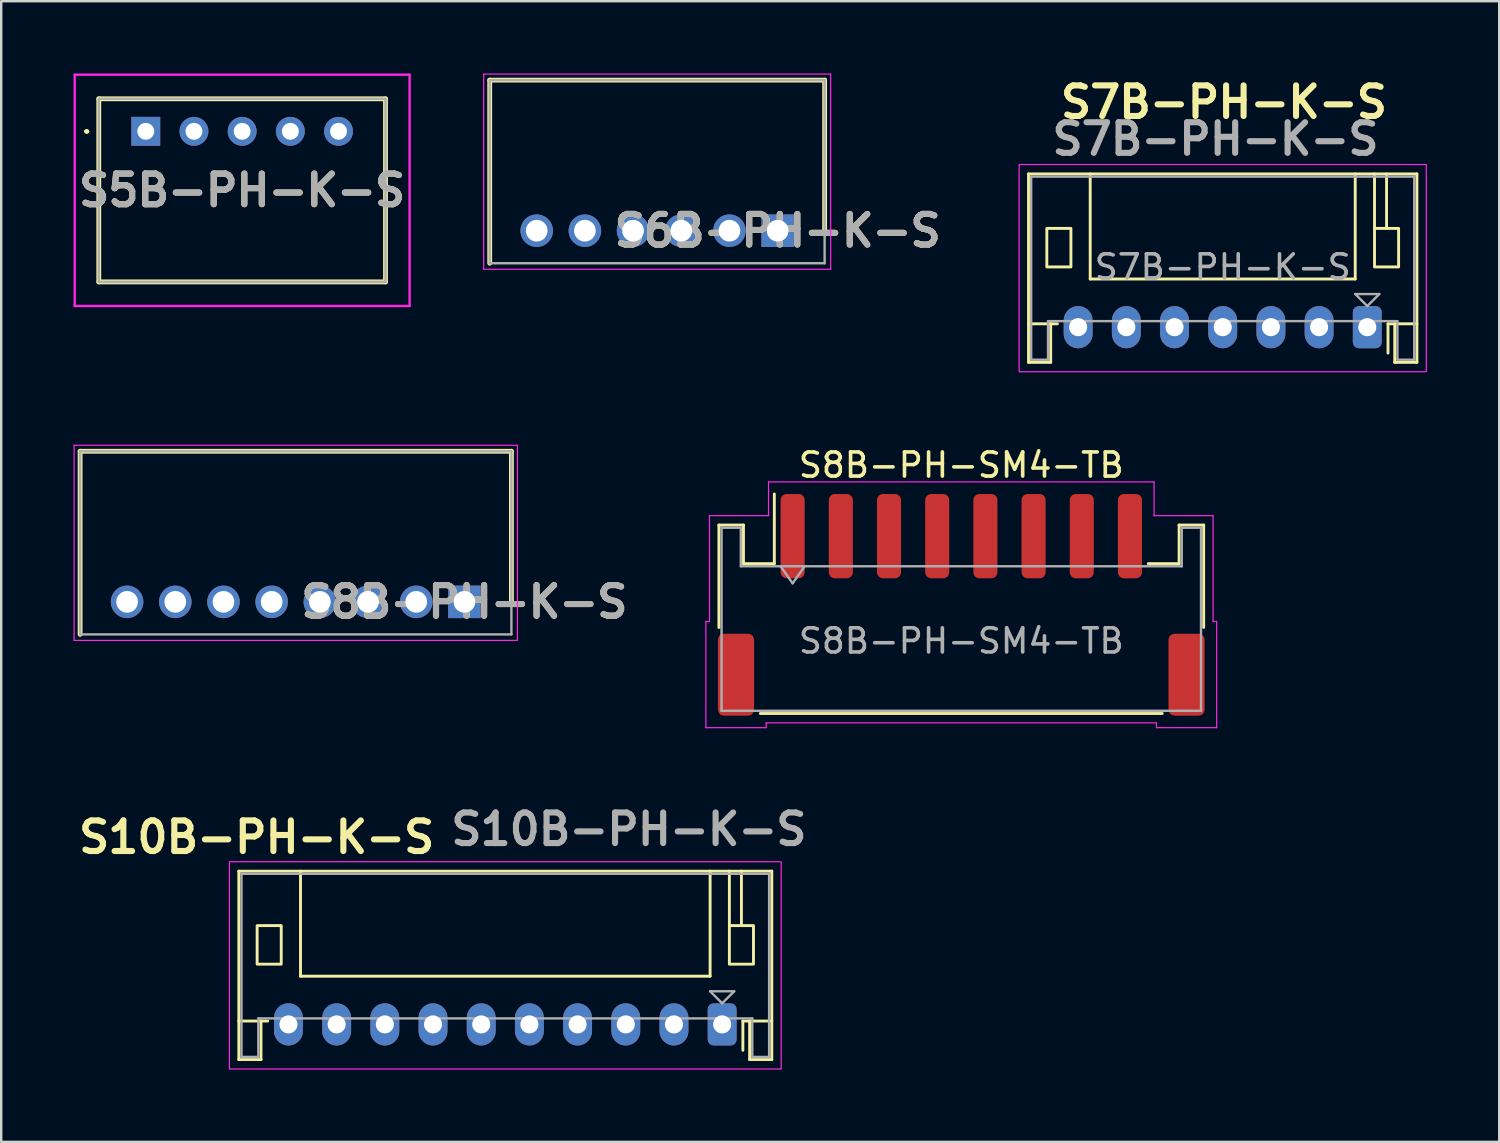
<source format=kicad_pcb>
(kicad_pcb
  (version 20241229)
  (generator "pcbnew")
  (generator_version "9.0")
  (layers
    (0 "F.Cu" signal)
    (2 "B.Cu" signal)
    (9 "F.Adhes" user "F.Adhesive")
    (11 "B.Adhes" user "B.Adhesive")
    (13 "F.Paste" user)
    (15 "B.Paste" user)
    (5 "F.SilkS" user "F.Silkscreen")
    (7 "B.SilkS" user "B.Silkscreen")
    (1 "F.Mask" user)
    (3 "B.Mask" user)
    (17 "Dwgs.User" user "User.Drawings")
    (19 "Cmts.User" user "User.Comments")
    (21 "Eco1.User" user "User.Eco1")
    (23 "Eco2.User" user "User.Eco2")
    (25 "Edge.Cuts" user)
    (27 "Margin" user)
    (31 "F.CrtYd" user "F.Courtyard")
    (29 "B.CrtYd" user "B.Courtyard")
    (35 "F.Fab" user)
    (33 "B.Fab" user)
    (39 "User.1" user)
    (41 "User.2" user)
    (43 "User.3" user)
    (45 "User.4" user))
  (footprint "S8B-PH-K-S"
    (layer "F.Cu")
    (at 16.225 21.929)
    (property "Reference" "S8B-PH-K-S" (at 0 0 0) (layer "F.SilkS") (effects (font (size 1.27 1.27) (thickness 0.254))))
    (attr through_hole)
    (fp_line (start -15.95 -6.25) (end -15.95 1.35) (stroke (width 0.2) (type solid)) (layer "F.SilkS"))
    (fp_line (start 1.95 -6.25) (end -15.95 -6.25) (stroke (width 0.2) (type solid)) (layer "F.SilkS"))
    (fp_line (start 1.95 0) (end 1.95 -6.25) (stroke (width 0.2) (type solid)) (layer "F.SilkS"))
    (fp_line (start -16.2 -6.5) (end 2.2 -6.5) (stroke (width 0.05) (type solid)) (layer "F.CrtYd"))
    (fp_line (start -16.2 1.6) (end -16.2 -6.5) (stroke (width 0.05) (type solid)) (layer "F.CrtYd"))
    (fp_line (start 2.2 -6.5) (end 2.2 1.6) (stroke (width 0.05) (type solid)) (layer "F.CrtYd"))
    (fp_line (start 2.2 1.6) (end -16.2 1.6) (stroke (width 0.05) (type solid)) (layer "F.CrtYd"))
    (fp_line (start -15.95 -6.25) (end 1.95 -6.25) (stroke (width 0.1) (type solid)) (layer "F.Fab"))
    (fp_line (start -15.95 1.35) (end -15.95 -6.25) (stroke (width 0.1) (type solid)) (layer "F.Fab"))
    (fp_line (start 1.95 -6.25) (end 1.95 1.35) (stroke (width 0.1) (type solid)) (layer "F.Fab"))
    (fp_line (start 1.95 1.35) (end -15.95 1.35) (stroke (width 0.1) (type solid)) (layer "F.Fab"))
    (fp_text user "${REFERENCE}" (at 0 0 0) (layer "F.Fab") (effects (font (size 1.27 1.27) (thickness 0.254))))
    (pad "1" thru_hole rect (at 0 0) (size 1.35 1.35) (drill 0.9) (layers "*.Cu" "*.Mask"))
    (pad "2" thru_hole circle (at -2 0) (size 1.35 1.35) (drill 0.9) (layers "*.Cu" "*.Mask"))
    (pad "3" thru_hole circle (at -4 0) (size 1.35 1.35) (drill 0.9) (layers "*.Cu" "*.Mask"))
    (pad "4" thru_hole circle (at -6 0) (size 1.35 1.35) (drill 0.9) (layers "*.Cu" "*.Mask"))
    (pad "5" thru_hole circle (at -8 0) (size 1.35 1.35) (drill 0.9) (layers "*.Cu" "*.Mask"))
    (pad "6" thru_hole circle (at -10 0) (size 1.35 1.35) (drill 0.9) (layers "*.Cu" "*.Mask"))
    (pad "7" thru_hole circle (at -12 0) (size 1.35 1.35) (drill 0.9) (layers "*.Cu" "*.Mask"))
    (pad "8" thru_hole circle (at -14 0) (size 1.35 1.35) (drill 0.9) (layers "*.Cu" "*.Mask")))
  (footprint "S6B-PH-K-S"
    (layer "F.Cu")
    (at 29.225 6.525)
    (property "Reference" "S6B-PH-K-S" (at 0 0 0) (layer "F.SilkS") (effects (font (size 1.27 1.27) (thickness 0.254))))
    (attr through_hole)
    (fp_line (start -11.95 -6.25) (end -11.95 1.35) (stroke (width 0.2) (type solid)) (layer "F.SilkS"))
    (fp_line (start 1.95 -6.25) (end -11.95 -6.25) (stroke (width 0.2) (type solid)) (layer "F.SilkS"))
    (fp_line (start 1.95 0) (end 1.95 -6.25) (stroke (width 0.2) (type solid)) (layer "F.SilkS"))
    (fp_line (start -12.2 -6.5) (end 2.2 -6.5) (stroke (width 0.05) (type solid)) (layer "F.CrtYd"))
    (fp_line (start -12.2 1.6) (end -12.2 -6.5) (stroke (width 0.05) (type solid)) (layer "F.CrtYd"))
    (fp_line (start 2.2 -6.5) (end 2.2 1.6) (stroke (width 0.05) (type solid)) (layer "F.CrtYd"))
    (fp_line (start 2.2 1.6) (end -12.2 1.6) (stroke (width 0.05) (type solid)) (layer "F.CrtYd"))
    (fp_line (start -11.95 -6.25) (end 1.95 -6.25) (stroke (width 0.1) (type solid)) (layer "F.Fab"))
    (fp_line (start -11.95 1.35) (end -11.95 -6.25) (stroke (width 0.1) (type solid)) (layer "F.Fab"))
    (fp_line (start 1.95 -6.25) (end 1.95 1.35) (stroke (width 0.1) (type solid)) (layer "F.Fab"))
    (fp_line (start 1.95 1.35) (end -11.95 1.35) (stroke (width 0.1) (type solid)) (layer "F.Fab"))
    (fp_text user "${REFERENCE}" (at 0 0 0) (layer "F.Fab") (effects (font (size 1.27 1.27) (thickness 0.254))))
    (pad "1" thru_hole rect (at 0 0) (size 1.35 1.35) (drill 0.9) (layers "*.Cu" "*.Mask"))
    (pad "2" thru_hole circle (at -2 0) (size 1.35 1.35) (drill 0.9) (layers "*.Cu" "*.Mask"))
    (pad "3" thru_hole circle (at -4 0) (size 1.35 1.35) (drill 0.9) (layers "*.Cu" "*.Mask"))
    (pad "4" thru_hole circle (at -6 0) (size 1.35 1.35) (drill 0.9) (layers "*.Cu" "*.Mask"))
    (pad "5" thru_hole circle (at -8 0) (size 1.35 1.35) (drill 0.9) (layers "*.Cu" "*.Mask"))
    (pad "6" thru_hole circle (at -10 0) (size 1.35 1.35) (drill 0.9) (layers "*.Cu" "*.Mask")))
  (footprint "S7B-PH-K-S"
    (layer "F.Cu")
    (at 53.697 10.529)
    (property "Reference" "S7B-PH-K-S" (at -5.95 -9.34 0) (layer "F.SilkS") (effects (font (size 1.27 1.27) (thickness 0.254))))
    (attr through_hole)
    (fp_line (start -14.06 -6.36) (end -14.06 1.46) (stroke (width 0.12) (type solid)) (layer "F.SilkS"))
    (fp_line (start -14.06 -0.14) (end -13.14 -0.14) (stroke (width 0.12) (type solid)) (layer "F.SilkS"))
    (fp_line (start -14.06 1.46) (end -13.14 1.46) (stroke (width 0.12) (type solid)) (layer "F.SilkS"))
    (fp_line (start -13.14 -0.14) (end -12.86 -0.14) (stroke (width 0.12) (type solid)) (layer "F.SilkS"))
    (fp_line (start -13.14 1.46) (end -13.14 -0.14) (stroke (width 0.12) (type solid)) (layer "F.SilkS"))
    (fp_line (start -11.5 -2) (end -11.5 -6.36) (stroke (width 0.12) (type solid)) (layer "F.SilkS"))
    (fp_line (start -0.5 -6.36) (end -0.5 -2) (stroke (width 0.12) (type solid)) (layer "F.SilkS"))
    (fp_line (start -0.5 -2) (end -11.5 -2) (stroke (width 0.12) (type solid)) (layer "F.SilkS"))
    (fp_line (start 0.3 -4.1) (end 0.3 -6.36) (stroke (width 0.12) (type solid)) (layer "F.SilkS"))
    (fp_line (start 0.8 -4.1) (end 0.8 -6.36) (stroke (width 0.12) (type solid)) (layer "F.SilkS"))
    (fp_line (start 0.86 -0.14) (end 0.86 1.075) (stroke (width 0.12) (type solid)) (layer "F.SilkS"))
    (fp_line (start 0.86 -0.14) (end 1.14 -0.14) (stroke (width 0.12) (type solid)) (layer "F.SilkS"))
    (fp_line (start 1.14 -0.14) (end 1.14 1.46) (stroke (width 0.12) (type solid)) (layer "F.SilkS"))
    (fp_line (start 1.14 1.46) (end 2.06 1.46) (stroke (width 0.12) (type solid)) (layer "F.SilkS"))
    (fp_line (start 2.06 -6.36) (end -14.06 -6.36) (stroke (width 0.12) (type solid)) (layer "F.SilkS"))
    (fp_line (start 2.06 -0.14) (end 1.14 -0.14) (stroke (width 0.12) (type solid)) (layer "F.SilkS"))
    (fp_line (start 2.06 1.46) (end 2.06 -6.36) (stroke (width 0.12) (type solid)) (layer "F.SilkS"))
    (fp_rect (start -13.3 -4.1) (end -12.3 -2.5) (stroke (width 0.12) (type solid)) (fill no) (layer "F.SilkS"))
    (fp_rect (start 0.3 -4.1) (end 1.3 -2.5) (stroke (width 0.12) (type solid)) (fill no) (layer "F.SilkS"))
    (fp_rect (start -14.45 -6.75) (end 2.45 1.85) (stroke (width 0.05) (type solid)) (fill no) (layer "F.CrtYd"))
    (fp_line (start -13.95 -6.25) (end -13.95 1.35) (stroke (width 0.1) (type solid)) (layer "F.Fab"))
    (fp_line (start -13.95 1.35) (end -13.25 1.35) (stroke (width 0.1) (type solid)) (layer "F.Fab"))
    (fp_line (start -13.25 -0.25) (end 1.25 -0.25) (stroke (width 0.1) (type solid)) (layer "F.Fab"))
    (fp_line (start -13.25 1.35) (end -13.25 -0.25) (stroke (width 0.1) (type solid)) (layer "F.Fab"))
    (fp_line (start -0.5 -1.375) (end 0 -0.875) (stroke (width 0.1) (type solid)) (layer "F.Fab"))
    (fp_line (start 0 -0.875) (end 0.5 -1.375) (stroke (width 0.1) (type solid)) (layer "F.Fab"))
    (fp_line (start 0.5 -1.375) (end -0.5 -1.375) (stroke (width 0.1) (type solid)) (layer "F.Fab"))
    (fp_line (start 1.25 -0.25) (end 1.25 1.35) (stroke (width 0.1) (type solid)) (layer "F.Fab"))
    (fp_line (start 1.25 1.35) (end 1.95 1.35) (stroke (width 0.1) (type solid)) (layer "F.Fab"))
    (fp_line (start 1.95 -6.25) (end -13.95 -6.25) (stroke (width 0.1) (type solid)) (layer "F.Fab"))
    (fp_line (start 1.95 1.35) (end 1.95 -6.25) (stroke (width 0.1) (type solid)) (layer "F.Fab"))
    (fp_text user "${REFERENCE}" (at -6 -2.5 180) (layer "F.Fab") (effects (font (size 1 1) (thickness 0.15))))
    (fp_text user "${REFERENCE}" (at -6.3 -7.81 0) (layer "F.Fab") (effects (font (size 1.27 1.27) (thickness 0.254))))
    (pad "1" thru_hole roundrect (at 0 0 180) (size 1.2 1.75) (drill 0.75) (layers "*.Cu" "*.Mask") (roundrect_rratio 0.208))
    (pad "2" thru_hole oval (at -2 0 180) (size 1.2 1.75) (drill 0.75) (layers "*.Cu" "*.Mask"))
    (pad "3" thru_hole oval (at -4 0 180) (size 1.2 1.75) (drill 0.75) (layers "*.Cu" "*.Mask"))
    (pad "4" thru_hole oval (at -6 0 180) (size 1.2 1.75) (drill 0.75) (layers "*.Cu" "*.Mask"))
    (pad "5" thru_hole oval (at -8 0 180) (size 1.2 1.75) (drill 0.75) (layers "*.Cu" "*.Mask"))
    (pad "6" thru_hole oval (at -10 0 180) (size 1.2 1.75) (drill 0.75) (layers "*.Cu" "*.Mask"))
    (pad "7" thru_hole oval (at -12 0 180) (size 1.2 1.75) (drill 0.75) (layers "*.Cu" "*.Mask")))
  (footprint "S5B-PH-K-S"
    (layer "F.Cu")
    (at 3 2.4)
    (property "Reference" "S5B-PH-K-S" (at 4 2.45 0) (layer "F.SilkS") (effects (font (size 1.27 1.27) (thickness 0.254))))
    (attr through_hole)
    (fp_line (start -2.5 0) (end -2.5 0) (stroke (width 0.1) (type solid)) (layer "F.SilkS"))
    (fp_line (start -2.5 0) (end -2.5 0) (stroke (width 0.1) (type solid)) (layer "F.SilkS"))
    (fp_line (start -2.4 0) (end -2.4 0) (stroke (width 0.1) (type solid)) (layer "F.SilkS"))
    (fp_line (start -1.95 -1.35) (end -1.95 6.25) (stroke (width 0.2) (type solid)) (layer "F.SilkS"))
    (fp_line (start -1.95 6.25) (end 9.95 6.25) (stroke (width 0.2) (type solid)) (layer "F.SilkS"))
    (fp_line (start 9.95 -1.35) (end -1.95 -1.35) (stroke (width 0.2) (type solid)) (layer "F.SilkS"))
    (fp_line (start 9.95 6.25) (end 9.95 -1.35) (stroke (width 0.2) (type solid)) (layer "F.SilkS"))
    (fp_arc (start -2.5 0) (mid -2.45 -0.05) (end -2.4 0) (stroke (width 0.1) (type solid)) (layer "F.SilkS"))
    (fp_arc (start -2.4 0) (mid -2.45 0.05) (end -2.5 0) (stroke (width 0.1) (type solid)) (layer "F.SilkS"))
    (fp_arc (start -2.4 0) (mid -2.45 0.05) (end -2.5 0) (stroke (width 0.1) (type solid)) (layer "F.SilkS"))
    (fp_line (start -2.95 -2.35) (end 10.95 -2.35) (stroke (width 0.1) (type solid)) (layer "F.CrtYd"))
    (fp_line (start -2.95 7.25) (end -2.95 -2.35) (stroke (width 0.1) (type solid)) (layer "F.CrtYd"))
    (fp_line (start 10.95 -2.35) (end 10.95 7.25) (stroke (width 0.1) (type solid)) (layer "F.CrtYd"))
    (fp_line (start 10.95 7.25) (end -2.95 7.25) (stroke (width 0.1) (type solid)) (layer "F.CrtYd"))
    (fp_line (start -1.95 -1.35) (end -1.95 6.25) (stroke (width 0.1) (type solid)) (layer "F.Fab"))
    (fp_line (start -1.95 6.25) (end 9.95 6.25) (stroke (width 0.1) (type solid)) (layer "F.Fab"))
    (fp_line (start 9.95 -1.35) (end -1.95 -1.35) (stroke (width 0.1) (type solid)) (layer "F.Fab"))
    (fp_line (start 9.95 6.25) (end 9.95 -1.35) (stroke (width 0.1) (type solid)) (layer "F.Fab"))
    (fp_text user "${REFERENCE}" (at 4 2.45 0) (layer "F.Fab") (effects (font (size 1.27 1.27) (thickness 0.254))))
    (pad "1" thru_hole rect (at 0 0) (size 1.2 1.2) (drill 0.7) (layers "*.Cu" "*.Mask"))
    (pad "2" thru_hole circle (at 2 0) (size 1.2 1.2) (drill 0.7) (layers "*.Cu" "*.Mask"))
    (pad "3" thru_hole circle (at 4 0) (size 1.2 1.2) (drill 0.7) (layers "*.Cu" "*.Mask"))
    (pad "4" thru_hole circle (at 6 0) (size 1.2 1.2) (drill 0.7) (layers "*.Cu" "*.Mask"))
    (pad "5" thru_hole circle (at 8 0) (size 1.2 1.2) (drill 0.7) (layers "*.Cu" "*.Mask")))
  (footprint "S10B-PH-K-S"
    (layer "F.Cu")
    (at 17.782 39.186)
    (property "Reference" "S10B-PH-K-S" (at -10.18 -7.49 0) (layer "F.SilkS") (effects (font (size 1.27 1.27) (thickness 0.254))))
    (attr through_hole)
    (fp_line (start -10.92 -6.08) (end -10.92 1.74) (stroke (width 0.12) (type solid)) (layer "F.SilkS"))
    (fp_line (start -10.92 0.14) (end -10 0.14) (stroke (width 0.12) (type solid)) (layer "F.SilkS"))
    (fp_line (start -10.92 1.74) (end -10 1.74) (stroke (width 0.12) (type solid)) (layer "F.SilkS"))
    (fp_line (start -10 0.14) (end -9.72 0.14) (stroke (width 0.12) (type solid)) (layer "F.SilkS"))
    (fp_line (start -10 1.74) (end -10 0.14) (stroke (width 0.12) (type solid)) (layer "F.SilkS"))
    (fp_line (start -8.36 -1.72) (end -8.36 -6.08) (stroke (width 0.12) (type solid)) (layer "F.SilkS"))
    (fp_line (start 8.64 -6.08) (end 8.64 -1.72) (stroke (width 0.12) (type solid)) (layer "F.SilkS"))
    (fp_line (start 8.64 -1.72) (end -8.36 -1.72) (stroke (width 0.12) (type solid)) (layer "F.SilkS"))
    (fp_line (start 9.44 -3.82) (end 9.44 -6.08) (stroke (width 0.12) (type solid)) (layer "F.SilkS"))
    (fp_line (start 9.94 -3.82) (end 9.94 -6.08) (stroke (width 0.12) (type solid)) (layer "F.SilkS"))
    (fp_line (start 10 0.14) (end 10 1.355) (stroke (width 0.12) (type solid)) (layer "F.SilkS"))
    (fp_line (start 10 0.14) (end 10.28 0.14) (stroke (width 0.12) (type solid)) (layer "F.SilkS"))
    (fp_line (start 10.28 0.14) (end 10.28 1.74) (stroke (width 0.12) (type solid)) (layer "F.SilkS"))
    (fp_line (start 10.28 1.74) (end 11.2 1.74) (stroke (width 0.12) (type solid)) (layer "F.SilkS"))
    (fp_line (start 11.2 -6.08) (end -10.92 -6.08) (stroke (width 0.12) (type solid)) (layer "F.SilkS"))
    (fp_line (start 11.2 0.14) (end 10.28 0.14) (stroke (width 0.12) (type solid)) (layer "F.SilkS"))
    (fp_line (start 11.2 1.74) (end 11.2 -6.08) (stroke (width 0.12) (type solid)) (layer "F.SilkS"))
    (fp_rect (start -10.16 -3.82) (end -9.16 -2.22) (stroke (width 0.12) (type solid)) (fill no) (layer "F.SilkS"))
    (fp_rect (start 9.44 -3.82) (end 10.44 -2.22) (stroke (width 0.12) (type solid)) (fill no) (layer "F.SilkS"))
    (fp_rect (start -11.31 -6.47) (end 11.59 2.13) (stroke (width 0.05) (type solid)) (fill no) (layer "F.CrtYd"))
    (fp_line (start -10.81 -5.97) (end -10.81 1.63) (stroke (width 0.1) (type solid)) (layer "F.Fab"))
    (fp_line (start -10.81 1.63) (end -10.11 1.63) (stroke (width 0.1) (type solid)) (layer "F.Fab"))
    (fp_line (start -10.11 0.03) (end 10.39 0.03) (stroke (width 0.1) (type solid)) (layer "F.Fab"))
    (fp_line (start -10.11 1.63) (end -10.11 0.03) (stroke (width 0.1) (type solid)) (layer "F.Fab"))
    (fp_line (start 8.64 -1.095) (end 9.14 -0.595) (stroke (width 0.1) (type solid)) (layer "F.Fab"))
    (fp_line (start 9.14 -0.595) (end 9.64 -1.095) (stroke (width 0.1) (type solid)) (layer "F.Fab"))
    (fp_line (start 9.64 -1.095) (end 8.64 -1.095) (stroke (width 0.1) (type solid)) (layer "F.Fab"))
    (fp_line (start 10.39 0.03) (end 10.39 1.63) (stroke (width 0.1) (type solid)) (layer "F.Fab"))
    (fp_line (start 10.39 1.63) (end 11.09 1.63) (stroke (width 0.1) (type solid)) (layer "F.Fab"))
    (fp_line (start 11.09 -5.97) (end -10.81 -5.97) (stroke (width 0.1) (type solid)) (layer "F.Fab"))
    (fp_line (start 11.09 1.63) (end 11.09 -5.97) (stroke (width 0.1) (type solid)) (layer "F.Fab"))
    (fp_text user "${REFERENCE}" (at 5.27 -7.82 0) (layer "F.Fab") (effects (font (size 1.27 1.27) (thickness 0.254))))
    (pad "1" thru_hole roundrect (at 9.14 0.28 180) (size 1.2 1.75) (drill 0.75) (layers "*.Cu" "*.Mask") (roundrect_rratio 0.208))
    (pad "2" thru_hole oval (at 7.14 0.28 180) (size 1.2 1.75) (drill 0.75) (layers "*.Cu" "*.Mask"))
    (pad "3" thru_hole oval (at 5.14 0.28 180) (size 1.2 1.75) (drill 0.75) (layers "*.Cu" "*.Mask"))
    (pad "4" thru_hole oval (at 3.14 0.28 180) (size 1.2 1.75) (drill 0.75) (layers "*.Cu" "*.Mask"))
    (pad "5" thru_hole oval (at 1.14 0.28 180) (size 1.2 1.75) (drill 0.75) (layers "*.Cu" "*.Mask"))
    (pad "6" thru_hole oval (at -0.86 0.28 180) (size 1.2 1.75) (drill 0.75) (layers "*.Cu" "*.Mask"))
    (pad "7" thru_hole oval (at -2.86 0.28 180) (size 1.2 1.75) (drill 0.75) (layers "*.Cu" "*.Mask"))
    (pad "8" thru_hole oval (at -4.86 0.28 180) (size 1.2 1.75) (drill 0.75) (layers "*.Cu" "*.Mask"))
    (pad "9" thru_hole oval (at -6.86 0.28 180) (size 1.2 1.75) (drill 0.75) (layers "*.Cu" "*.Mask"))
    (pad "10" thru_hole oval (at -8.86 0.28 180) (size 1.2 1.75) (drill 0.75) (layers "*.Cu" "*.Mask")))
  (footprint "S8B-PH-SM4-TB"
    (layer "F.Cu")
    (at 36.847 22.052)
    (property "Reference" "S8B-PH-SM4-TB" (at 0 -5.8 0) (layer "F.SilkS") (effects (font (size 1 1) (thickness 0.15))))
    (attr smd)
    (fp_line (start -10.06 -3.31) (end -9.04 -3.31) (stroke (width 0.12) (type solid)) (layer "F.SilkS"))
    (fp_line (start -10.06 0.94) (end -10.06 -3.31) (stroke (width 0.12) (type solid)) (layer "F.SilkS"))
    (fp_line (start -9.04 -3.31) (end -9.04 -1.71) (stroke (width 0.12) (type solid)) (layer "F.SilkS"))
    (fp_line (start -9.04 -1.71) (end -7.76 -1.71) (stroke (width 0.12) (type solid)) (layer "F.SilkS"))
    (fp_line (start -8.34 4.51) (end 8.34 4.51) (stroke (width 0.12) (type solid)) (layer "F.SilkS"))
    (fp_line (start -7.76 -1.71) (end -7.76 -4.6) (stroke (width 0.12) (type solid)) (layer "F.SilkS"))
    (fp_line (start 9.04 -3.31) (end 9.04 -1.71) (stroke (width 0.12) (type solid)) (layer "F.SilkS"))
    (fp_line (start 9.04 -1.71) (end 7.76 -1.71) (stroke (width 0.12) (type solid)) (layer "F.SilkS"))
    (fp_line (start 10.06 -3.31) (end 9.04 -3.31) (stroke (width 0.12) (type solid)) (layer "F.SilkS"))
    (fp_line (start 10.06 0.94) (end 10.06 -3.31) (stroke (width 0.12) (type solid)) (layer "F.SilkS"))
    (fp_line (start -10.6 0.69) (end -10.45 0.69) (stroke (width 0.05) (type solid)) (layer "F.CrtYd"))
    (fp_line (start -10.6 5.1) (end -10.6 0.69) (stroke (width 0.05) (type solid)) (layer "F.CrtYd"))
    (fp_line (start -10.45 -3.7) (end -8 -3.7) (stroke (width 0.05) (type solid)) (layer "F.CrtYd"))
    (fp_line (start -10.45 0.69) (end -10.45 -3.7) (stroke (width 0.05) (type solid)) (layer "F.CrtYd"))
    (fp_line (start -8.1 4.9) (end -8.1 5.1) (stroke (width 0.05) (type solid)) (layer "F.CrtYd"))
    (fp_line (start -8.1 5.1) (end -10.6 5.1) (stroke (width 0.05) (type solid)) (layer "F.CrtYd"))
    (fp_line (start -8 -5.1) (end 8 -5.1) (stroke (width 0.05) (type solid)) (layer "F.CrtYd"))
    (fp_line (start -8 -3.7) (end -8 -5.1) (stroke (width 0.05) (type solid)) (layer "F.CrtYd"))
    (fp_line (start 8 -5.1) (end 8 -3.7) (stroke (width 0.05) (type solid)) (layer "F.CrtYd"))
    (fp_line (start 8 -3.7) (end 10.45 -3.7) (stroke (width 0.05) (type solid)) (layer "F.CrtYd"))
    (fp_line (start 8.1 4.9) (end -8.1 4.9) (stroke (width 0.05) (type solid)) (layer "F.CrtYd"))
    (fp_line (start 8.1 5.1) (end 8.1 4.9) (stroke (width 0.05) (type solid)) (layer "F.CrtYd"))
    (fp_line (start 10.45 -3.7) (end 10.45 0.69) (stroke (width 0.05) (type solid)) (layer "F.CrtYd"))
    (fp_line (start 10.45 0.69) (end 10.6 0.69) (stroke (width 0.05) (type solid)) (layer "F.CrtYd"))
    (fp_line (start 10.6 0.69) (end 10.6 5.1) (stroke (width 0.05) (type solid)) (layer "F.CrtYd"))
    (fp_line (start 10.6 5.1) (end 8.1 5.1) (stroke (width 0.05) (type solid)) (layer "F.CrtYd"))
    (fp_line (start -9.95 -3.2) (end -9.95 4.4) (stroke (width 0.1) (type solid)) (layer "F.Fab"))
    (fp_line (start -9.95 -3.2) (end -9.15 -3.2) (stroke (width 0.1) (type solid)) (layer "F.Fab"))
    (fp_line (start -9.95 4.4) (end 9.95 4.4) (stroke (width 0.1) (type solid)) (layer "F.Fab"))
    (fp_line (start -9.15 -3.2) (end -9.15 -1.6) (stroke (width 0.1) (type solid)) (layer "F.Fab"))
    (fp_line (start -9.15 -1.6) (end 9.15 -1.6) (stroke (width 0.1) (type solid)) (layer "F.Fab"))
    (fp_line (start -7.5 -1.6) (end -7 -0.893) (stroke (width 0.1) (type solid)) (layer "F.Fab"))
    (fp_line (start -7 -0.893) (end -6.5 -1.6) (stroke (width 0.1) (type solid)) (layer "F.Fab"))
    (fp_line (start 9.15 -3.2) (end 9.95 -3.2) (stroke (width 0.1) (type solid)) (layer "F.Fab"))
    (fp_line (start 9.15 -1.6) (end 9.15 -3.2) (stroke (width 0.1) (type solid)) (layer "F.Fab"))
    (fp_line (start 9.95 -3.2) (end 9.95 4.4) (stroke (width 0.1) (type solid)) (layer "F.Fab"))
    (fp_text user "${REFERENCE}" (at 0 1.5 0) (layer "F.Fab") (effects (font (size 1 1) (thickness 0.15))))
    (pad "1" smd roundrect (at -7 -2.85) (size 1 3.5) (layers "F.Cu" "F.Mask" "F.Paste") (roundrect_rratio 0.25))
    (pad "2" smd roundrect (at -5 -2.85) (size 1 3.5) (layers "F.Cu" "F.Mask" "F.Paste") (roundrect_rratio 0.25))
    (pad "3" smd roundrect (at -3 -2.85) (size 1 3.5) (layers "F.Cu" "F.Mask" "F.Paste") (roundrect_rratio 0.25))
    (pad "4" smd roundrect (at -1 -2.85) (size 1 3.5) (layers "F.Cu" "F.Mask" "F.Paste") (roundrect_rratio 0.25))
    (pad "5" smd roundrect (at 1 -2.85) (size 1 3.5) (layers "F.Cu" "F.Mask" "F.Paste") (roundrect_rratio 0.25))
    (pad "6" smd roundrect (at 3 -2.85) (size 1 3.5) (layers "F.Cu" "F.Mask" "F.Paste") (roundrect_rratio 0.25))
    (pad "7" smd roundrect (at 5 -2.85) (size 1 3.5) (layers "F.Cu" "F.Mask" "F.Paste") (roundrect_rratio 0.25))
    (pad "8" smd roundrect (at 7 -2.85) (size 1 3.5) (layers "F.Cu" "F.Mask" "F.Paste") (roundrect_rratio 0.25))
    (pad "MP" smd roundrect (at -9.35 2.9) (size 1.5 3.4) (layers "F.Cu" "F.Mask" "F.Paste") (roundrect_rratio 0.167))
    (pad "MP" smd roundrect (at 9.35 2.9) (size 1.5 3.4) (layers "F.Cu" "F.Mask" "F.Paste") (roundrect_rratio 0.167)))
  (gr_rect
    (start -3 -3)
    (end 59.172 44.341)
    (stroke (width 0.1) (type default))
    (fill no)
    (layer "Edge.Cuts")))
</source>
